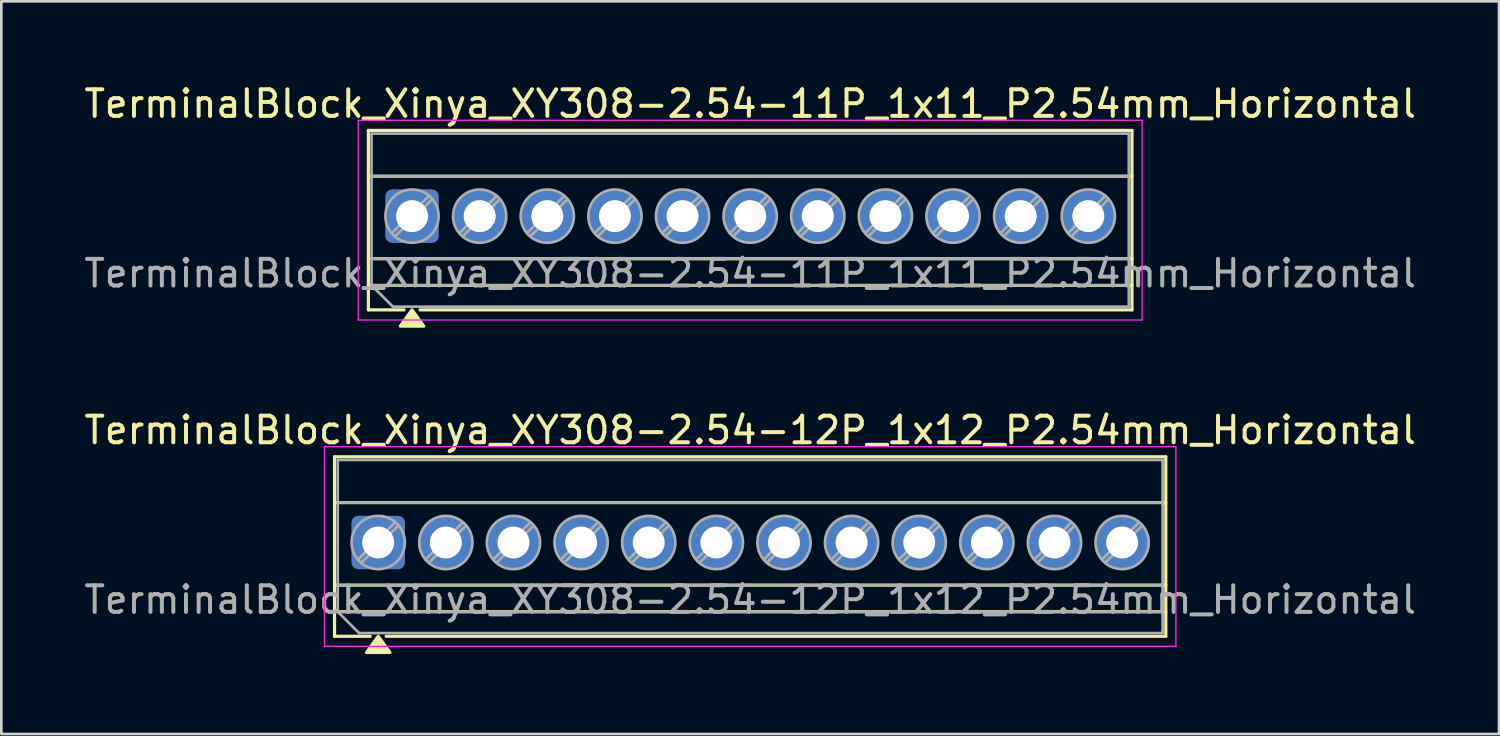
<source format=kicad_pcb>
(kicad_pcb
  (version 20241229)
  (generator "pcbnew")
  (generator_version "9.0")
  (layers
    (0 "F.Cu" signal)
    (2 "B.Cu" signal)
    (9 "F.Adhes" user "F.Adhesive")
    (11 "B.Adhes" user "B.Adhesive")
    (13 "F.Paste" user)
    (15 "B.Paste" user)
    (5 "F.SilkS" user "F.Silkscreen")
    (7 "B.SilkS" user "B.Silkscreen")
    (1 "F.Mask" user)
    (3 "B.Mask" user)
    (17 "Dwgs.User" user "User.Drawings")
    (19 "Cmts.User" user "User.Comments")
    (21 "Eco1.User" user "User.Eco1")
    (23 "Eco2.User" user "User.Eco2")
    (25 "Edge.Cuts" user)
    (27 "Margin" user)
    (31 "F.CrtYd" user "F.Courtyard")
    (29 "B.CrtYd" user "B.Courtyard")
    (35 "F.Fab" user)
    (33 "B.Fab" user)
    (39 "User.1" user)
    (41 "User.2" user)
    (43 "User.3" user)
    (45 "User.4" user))
  (footprint "TerminalBlock_Xinya_XY308-2.54-12P_1x12_P2.54mm_Horizontal"
    (layer "F.Cu")
    (at 11.155 17.326)
    (property "Reference" "TerminalBlock_Xinya_XY308-2.54-12P_1x12_P2.54mm_Horizontal" (at 13.97 -4.22 0) (layer "F.SilkS") (effects (font (size 1 1) (thickness 0.15))))
    (attr through_hole)
    (fp_line (start -1.64 -3.22) (end 29.58 -3.22) (stroke (width 0.12) (type solid)) (layer "F.SilkS"))
    (fp_line (start -1.64 -1.5) (end 29.58 -1.5) (stroke (width 0.12) (type solid)) (layer "F.SilkS"))
    (fp_line (start -1.64 1.6) (end 29.58 1.6) (stroke (width 0.12) (type solid)) (layer "F.SilkS"))
    (fp_line (start -1.64 2.6) (end 29.58 2.6) (stroke (width 0.12) (type solid)) (layer "F.SilkS"))
    (fp_line (start -1.64 3.52) (end -1.64 -3.22) (stroke (width 0.12) (type solid)) (layer "F.SilkS"))
    (fp_line (start -0.3 3.52) (end -1.64 3.52) (stroke (width 0.12) (type solid)) (layer "F.SilkS"))
    (fp_line (start 29.58 -3.22) (end 29.58 3.52) (stroke (width 0.12) (type solid)) (layer "F.SilkS"))
    (fp_line (start 29.58 3.52) (end 0.3 3.52) (stroke (width 0.12) (type solid)) (layer "F.SilkS"))
    (fp_poly (pts (xy 0 3.52) (xy 0.44 4.13) (xy -0.44 4.13)) (stroke (width 0.12) (type solid)) (fill yes) (layer "F.SilkS"))
    (fp_line (start -2.02 -3.6) (end -2.02 3.9) (stroke (width 0.05) (type solid)) (layer "F.CrtYd"))
    (fp_line (start -2.02 3.9) (end 29.96 3.9) (stroke (width 0.05) (type solid)) (layer "F.CrtYd"))
    (fp_line (start 29.96 -3.6) (end -2.02 -3.6) (stroke (width 0.05) (type solid)) (layer "F.CrtYd"))
    (fp_line (start 29.96 3.9) (end 29.96 -3.6) (stroke (width 0.05) (type solid)) (layer "F.CrtYd"))
    (fp_line (start -1.52 -3.1) (end 29.46 -3.1) (stroke (width 0.1) (type solid)) (layer "F.Fab"))
    (fp_line (start -1.52 -1.5) (end 29.46 -1.5) (stroke (width 0.1) (type solid)) (layer "F.Fab"))
    (fp_line (start -1.52 1.6) (end 29.46 1.6) (stroke (width 0.1) (type solid)) (layer "F.Fab"))
    (fp_line (start -1.52 2.6) (end -1.52 -3.1) (stroke (width 0.1) (type solid)) (layer "F.Fab"))
    (fp_line (start -1.52 2.6) (end 29.46 2.6) (stroke (width 0.1) (type solid)) (layer "F.Fab"))
    (fp_line (start -0.72 3.4) (end -1.52 2.6) (stroke (width 0.1) (type solid)) (layer "F.Fab"))
    (fp_line (start 0.636 -0.758) (end -0.758 0.636) (stroke (width 0.1) (type solid)) (layer "F.Fab"))
    (fp_line (start 0.758 -0.636) (end -0.636 0.758) (stroke (width 0.1) (type solid)) (layer "F.Fab"))
    (fp_line (start 3.176 -0.758) (end 1.782 0.636) (stroke (width 0.1) (type solid)) (layer "F.Fab"))
    (fp_line (start 3.298 -0.636) (end 1.904 0.758) (stroke (width 0.1) (type solid)) (layer "F.Fab"))
    (fp_line (start 5.716 -0.758) (end 4.322 0.636) (stroke (width 0.1) (type solid)) (layer "F.Fab"))
    (fp_line (start 5.838 -0.636) (end 4.444 0.758) (stroke (width 0.1) (type solid)) (layer "F.Fab"))
    (fp_line (start 8.256 -0.758) (end 6.862 0.636) (stroke (width 0.1) (type solid)) (layer "F.Fab"))
    (fp_line (start 8.378 -0.636) (end 6.984 0.758) (stroke (width 0.1) (type solid)) (layer "F.Fab"))
    (fp_line (start 10.796 -0.758) (end 9.402 0.636) (stroke (width 0.1) (type solid)) (layer "F.Fab"))
    (fp_line (start 10.918 -0.636) (end 9.524 0.758) (stroke (width 0.1) (type solid)) (layer "F.Fab"))
    (fp_line (start 13.336 -0.758) (end 11.942 0.636) (stroke (width 0.1) (type solid)) (layer "F.Fab"))
    (fp_line (start 13.458 -0.636) (end 12.064 0.758) (stroke (width 0.1) (type solid)) (layer "F.Fab"))
    (fp_line (start 15.876 -0.758) (end 14.482 0.636) (stroke (width 0.1) (type solid)) (layer "F.Fab"))
    (fp_line (start 15.998 -0.636) (end 14.604 0.758) (stroke (width 0.1) (type solid)) (layer "F.Fab"))
    (fp_line (start 18.416 -0.758) (end 17.022 0.636) (stroke (width 0.1) (type solid)) (layer "F.Fab"))
    (fp_line (start 18.538 -0.636) (end 17.144 0.758) (stroke (width 0.1) (type solid)) (layer "F.Fab"))
    (fp_line (start 20.956 -0.758) (end 19.562 0.636) (stroke (width 0.1) (type solid)) (layer "F.Fab"))
    (fp_line (start 21.078 -0.636) (end 19.684 0.758) (stroke (width 0.1) (type solid)) (layer "F.Fab"))
    (fp_line (start 23.496 -0.758) (end 22.102 0.636) (stroke (width 0.1) (type solid)) (layer "F.Fab"))
    (fp_line (start 23.618 -0.636) (end 22.224 0.758) (stroke (width 0.1) (type solid)) (layer "F.Fab"))
    (fp_line (start 26.036 -0.758) (end 24.642 0.636) (stroke (width 0.1) (type solid)) (layer "F.Fab"))
    (fp_line (start 26.158 -0.636) (end 24.764 0.758) (stroke (width 0.1) (type solid)) (layer "F.Fab"))
    (fp_line (start 28.576 -0.758) (end 27.182 0.636) (stroke (width 0.1) (type solid)) (layer "F.Fab"))
    (fp_line (start 28.698 -0.636) (end 27.304 0.758) (stroke (width 0.1) (type solid)) (layer "F.Fab"))
    (fp_line (start 29.46 -3.1) (end 29.46 3.4) (stroke (width 0.1) (type solid)) (layer "F.Fab"))
    (fp_line (start 29.46 3.4) (end -0.72 3.4) (stroke (width 0.1) (type solid)) (layer "F.Fab"))
    (fp_circle (center 0 0) (end 1 0) (stroke (width 0.1) (type solid)) (fill no) (layer "F.Fab"))
    (fp_circle (center 2.54 0) (end 3.54 0) (stroke (width 0.1) (type solid)) (fill no) (layer "F.Fab"))
    (fp_circle (center 5.08 0) (end 6.08 0) (stroke (width 0.1) (type solid)) (fill no) (layer "F.Fab"))
    (fp_circle (center 7.62 0) (end 8.62 0) (stroke (width 0.1) (type solid)) (fill no) (layer "F.Fab"))
    (fp_circle (center 10.16 0) (end 11.16 0) (stroke (width 0.1) (type solid)) (fill no) (layer "F.Fab"))
    (fp_circle (center 12.7 0) (end 13.7 0) (stroke (width 0.1) (type solid)) (fill no) (layer "F.Fab"))
    (fp_circle (center 15.24 0) (end 16.24 0) (stroke (width 0.1) (type solid)) (fill no) (layer "F.Fab"))
    (fp_circle (center 17.78 0) (end 18.78 0) (stroke (width 0.1) (type solid)) (fill no) (layer "F.Fab"))
    (fp_circle (center 20.32 0) (end 21.32 0) (stroke (width 0.1) (type solid)) (fill no) (layer "F.Fab"))
    (fp_circle (center 22.86 0) (end 23.86 0) (stroke (width 0.1) (type solid)) (fill no) (layer "F.Fab"))
    (fp_circle (center 25.4 0) (end 26.4 0) (stroke (width 0.1) (type solid)) (fill no) (layer "F.Fab"))
    (fp_circle (center 27.94 0) (end 28.94 0) (stroke (width 0.1) (type solid)) (fill no) (layer "F.Fab"))
    (fp_text user "${REFERENCE}" (at 13.97 2.15 0) (layer "F.Fab") (effects (font (size 1 1) (thickness 0.15))))
    (pad "1" thru_hole roundrect (at 0 0) (size 2 2) (drill 1.2) (layers "*.Cu" "*.Mask") (roundrect_rratio 0.125))
    (pad "2" thru_hole circle (at 2.54 0) (size 2 2) (drill 1.2) (layers "*.Cu" "*.Mask"))
    (pad "3" thru_hole circle (at 5.08 0) (size 2 2) (drill 1.2) (layers "*.Cu" "*.Mask"))
    (pad "4" thru_hole circle (at 7.62 0) (size 2 2) (drill 1.2) (layers "*.Cu" "*.Mask"))
    (pad "5" thru_hole circle (at 10.16 0) (size 2 2) (drill 1.2) (layers "*.Cu" "*.Mask"))
    (pad "6" thru_hole circle (at 12.7 0) (size 2 2) (drill 1.2) (layers "*.Cu" "*.Mask"))
    (pad "7" thru_hole circle (at 15.24 0) (size 2 2) (drill 1.2) (layers "*.Cu" "*.Mask"))
    (pad "8" thru_hole circle (at 17.78 0) (size 2 2) (drill 1.2) (layers "*.Cu" "*.Mask"))
    (pad "9" thru_hole circle (at 20.32 0) (size 2 2) (drill 1.2) (layers "*.Cu" "*.Mask"))
    (pad "10" thru_hole circle (at 22.86 0) (size 2 2) (drill 1.2) (layers "*.Cu" "*.Mask"))
    (pad "11" thru_hole circle (at 25.4 0) (size 2 2) (drill 1.2) (layers "*.Cu" "*.Mask"))
    (pad "12" thru_hole circle (at 27.94 0) (size 2 2) (drill 1.2) (layers "*.Cu" "*.Mask")))
  (footprint "TerminalBlock_Xinya_XY308-2.54-11P_1x11_P2.54mm_Horizontal"
    (layer "F.Cu")
    (at 12.425 5.068)
    (property "Reference" "TerminalBlock_Xinya_XY308-2.54-11P_1x11_P2.54mm_Horizontal" (at 12.7 -4.22 0) (layer "F.SilkS") (effects (font (size 1 1) (thickness 0.15))))
    (attr through_hole)
    (fp_line (start -1.64 -3.22) (end 27.04 -3.22) (stroke (width 0.12) (type solid)) (layer "F.SilkS"))
    (fp_line (start -1.64 -1.5) (end 27.04 -1.5) (stroke (width 0.12) (type solid)) (layer "F.SilkS"))
    (fp_line (start -1.64 1.6) (end 27.04 1.6) (stroke (width 0.12) (type solid)) (layer "F.SilkS"))
    (fp_line (start -1.64 2.6) (end 27.04 2.6) (stroke (width 0.12) (type solid)) (layer "F.SilkS"))
    (fp_line (start -1.64 3.52) (end -1.64 -3.22) (stroke (width 0.12) (type solid)) (layer "F.SilkS"))
    (fp_line (start -0.3 3.52) (end -1.64 3.52) (stroke (width 0.12) (type solid)) (layer "F.SilkS"))
    (fp_line (start 27.04 -3.22) (end 27.04 3.52) (stroke (width 0.12) (type solid)) (layer "F.SilkS"))
    (fp_line (start 27.04 3.52) (end 0.3 3.52) (stroke (width 0.12) (type solid)) (layer "F.SilkS"))
    (fp_poly (pts (xy 0 3.52) (xy 0.44 4.13) (xy -0.44 4.13)) (stroke (width 0.12) (type solid)) (fill yes) (layer "F.SilkS"))
    (fp_line (start -2.02 -3.6) (end -2.02 3.9) (stroke (width 0.05) (type solid)) (layer "F.CrtYd"))
    (fp_line (start -2.02 3.9) (end 27.42 3.9) (stroke (width 0.05) (type solid)) (layer "F.CrtYd"))
    (fp_line (start 27.42 -3.6) (end -2.02 -3.6) (stroke (width 0.05) (type solid)) (layer "F.CrtYd"))
    (fp_line (start 27.42 3.9) (end 27.42 -3.6) (stroke (width 0.05) (type solid)) (layer "F.CrtYd"))
    (fp_line (start -1.52 -3.1) (end 26.92 -3.1) (stroke (width 0.1) (type solid)) (layer "F.Fab"))
    (fp_line (start -1.52 -1.5) (end 26.92 -1.5) (stroke (width 0.1) (type solid)) (layer "F.Fab"))
    (fp_line (start -1.52 1.6) (end 26.92 1.6) (stroke (width 0.1) (type solid)) (layer "F.Fab"))
    (fp_line (start -1.52 2.6) (end -1.52 -3.1) (stroke (width 0.1) (type solid)) (layer "F.Fab"))
    (fp_line (start -1.52 2.6) (end 26.92 2.6) (stroke (width 0.1) (type solid)) (layer "F.Fab"))
    (fp_line (start -0.72 3.4) (end -1.52 2.6) (stroke (width 0.1) (type solid)) (layer "F.Fab"))
    (fp_line (start 0.636 -0.758) (end -0.758 0.636) (stroke (width 0.1) (type solid)) (layer "F.Fab"))
    (fp_line (start 0.758 -0.636) (end -0.636 0.758) (stroke (width 0.1) (type solid)) (layer "F.Fab"))
    (fp_line (start 3.176 -0.758) (end 1.782 0.636) (stroke (width 0.1) (type solid)) (layer "F.Fab"))
    (fp_line (start 3.298 -0.636) (end 1.904 0.758) (stroke (width 0.1) (type solid)) (layer "F.Fab"))
    (fp_line (start 5.716 -0.758) (end 4.322 0.636) (stroke (width 0.1) (type solid)) (layer "F.Fab"))
    (fp_line (start 5.838 -0.636) (end 4.444 0.758) (stroke (width 0.1) (type solid)) (layer "F.Fab"))
    (fp_line (start 8.256 -0.758) (end 6.862 0.636) (stroke (width 0.1) (type solid)) (layer "F.Fab"))
    (fp_line (start 8.378 -0.636) (end 6.984 0.758) (stroke (width 0.1) (type solid)) (layer "F.Fab"))
    (fp_line (start 10.796 -0.758) (end 9.402 0.636) (stroke (width 0.1) (type solid)) (layer "F.Fab"))
    (fp_line (start 10.918 -0.636) (end 9.524 0.758) (stroke (width 0.1) (type solid)) (layer "F.Fab"))
    (fp_line (start 13.336 -0.758) (end 11.942 0.636) (stroke (width 0.1) (type solid)) (layer "F.Fab"))
    (fp_line (start 13.458 -0.636) (end 12.064 0.758) (stroke (width 0.1) (type solid)) (layer "F.Fab"))
    (fp_line (start 15.876 -0.758) (end 14.482 0.636) (stroke (width 0.1) (type solid)) (layer "F.Fab"))
    (fp_line (start 15.998 -0.636) (end 14.604 0.758) (stroke (width 0.1) (type solid)) (layer "F.Fab"))
    (fp_line (start 18.416 -0.758) (end 17.022 0.636) (stroke (width 0.1) (type solid)) (layer "F.Fab"))
    (fp_line (start 18.538 -0.636) (end 17.144 0.758) (stroke (width 0.1) (type solid)) (layer "F.Fab"))
    (fp_line (start 20.956 -0.758) (end 19.562 0.636) (stroke (width 0.1) (type solid)) (layer "F.Fab"))
    (fp_line (start 21.078 -0.636) (end 19.684 0.758) (stroke (width 0.1) (type solid)) (layer "F.Fab"))
    (fp_line (start 23.496 -0.758) (end 22.102 0.636) (stroke (width 0.1) (type solid)) (layer "F.Fab"))
    (fp_line (start 23.618 -0.636) (end 22.224 0.758) (stroke (width 0.1) (type solid)) (layer "F.Fab"))
    (fp_line (start 26.036 -0.758) (end 24.642 0.636) (stroke (width 0.1) (type solid)) (layer "F.Fab"))
    (fp_line (start 26.158 -0.636) (end 24.764 0.758) (stroke (width 0.1) (type solid)) (layer "F.Fab"))
    (fp_line (start 26.92 -3.1) (end 26.92 3.4) (stroke (width 0.1) (type solid)) (layer "F.Fab"))
    (fp_line (start 26.92 3.4) (end -0.72 3.4) (stroke (width 0.1) (type solid)) (layer "F.Fab"))
    (fp_circle (center 0 0) (end 1 0) (stroke (width 0.1) (type solid)) (fill no) (layer "F.Fab"))
    (fp_circle (center 2.54 0) (end 3.54 0) (stroke (width 0.1) (type solid)) (fill no) (layer "F.Fab"))
    (fp_circle (center 5.08 0) (end 6.08 0) (stroke (width 0.1) (type solid)) (fill no) (layer "F.Fab"))
    (fp_circle (center 7.62 0) (end 8.62 0) (stroke (width 0.1) (type solid)) (fill no) (layer "F.Fab"))
    (fp_circle (center 10.16 0) (end 11.16 0) (stroke (width 0.1) (type solid)) (fill no) (layer "F.Fab"))
    (fp_circle (center 12.7 0) (end 13.7 0) (stroke (width 0.1) (type solid)) (fill no) (layer "F.Fab"))
    (fp_circle (center 15.24 0) (end 16.24 0) (stroke (width 0.1) (type solid)) (fill no) (layer "F.Fab"))
    (fp_circle (center 17.78 0) (end 18.78 0) (stroke (width 0.1) (type solid)) (fill no) (layer "F.Fab"))
    (fp_circle (center 20.32 0) (end 21.32 0) (stroke (width 0.1) (type solid)) (fill no) (layer "F.Fab"))
    (fp_circle (center 22.86 0) (end 23.86 0) (stroke (width 0.1) (type solid)) (fill no) (layer "F.Fab"))
    (fp_circle (center 25.4 0) (end 26.4 0) (stroke (width 0.1) (type solid)) (fill no) (layer "F.Fab"))
    (fp_text user "${REFERENCE}" (at 12.7 2.15 0) (layer "F.Fab") (effects (font (size 1 1) (thickness 0.15))))
    (pad "1" thru_hole roundrect (at 0 0) (size 2 2) (drill 1.2) (layers "*.Cu" "*.Mask") (roundrect_rratio 0.125))
    (pad "2" thru_hole circle (at 2.54 0) (size 2 2) (drill 1.2) (layers "*.Cu" "*.Mask"))
    (pad "3" thru_hole circle (at 5.08 0) (size 2 2) (drill 1.2) (layers "*.Cu" "*.Mask"))
    (pad "4" thru_hole circle (at 7.62 0) (size 2 2) (drill 1.2) (layers "*.Cu" "*.Mask"))
    (pad "5" thru_hole circle (at 10.16 0) (size 2 2) (drill 1.2) (layers "*.Cu" "*.Mask"))
    (pad "6" thru_hole circle (at 12.7 0) (size 2 2) (drill 1.2) (layers "*.Cu" "*.Mask"))
    (pad "7" thru_hole circle (at 15.24 0) (size 2 2) (drill 1.2) (layers "*.Cu" "*.Mask"))
    (pad "8" thru_hole circle (at 17.78 0) (size 2 2) (drill 1.2) (layers "*.Cu" "*.Mask"))
    (pad "9" thru_hole circle (at 20.32 0) (size 2 2) (drill 1.2) (layers "*.Cu" "*.Mask"))
    (pad "10" thru_hole circle (at 22.86 0) (size 2 2) (drill 1.2) (layers "*.Cu" "*.Mask"))
    (pad "11" thru_hole circle (at 25.4 0) (size 2 2) (drill 1.2) (layers "*.Cu" "*.Mask")))
  (gr_rect
    (start -3 -3)
    (end 53.25 24.517)
    (stroke (width 0.1) (type default))
    (fill no)
    (layer "Edge.Cuts")))
</source>
